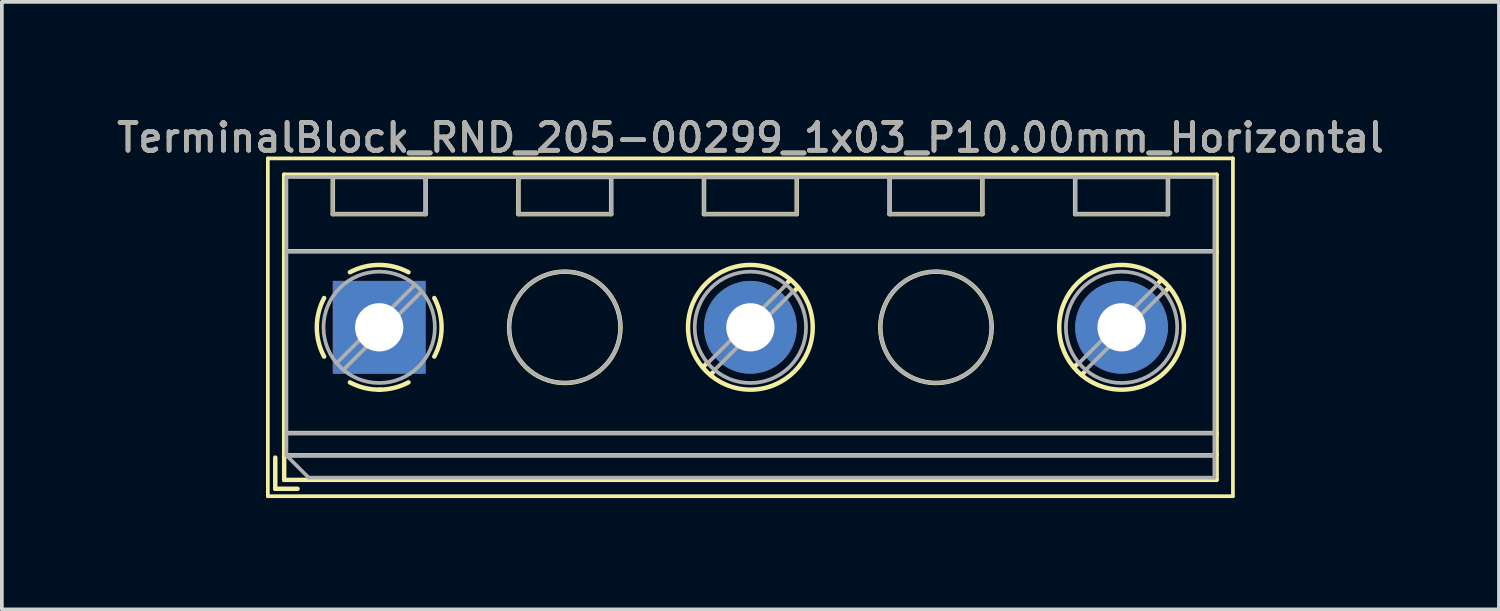
<source format=kicad_pcb>
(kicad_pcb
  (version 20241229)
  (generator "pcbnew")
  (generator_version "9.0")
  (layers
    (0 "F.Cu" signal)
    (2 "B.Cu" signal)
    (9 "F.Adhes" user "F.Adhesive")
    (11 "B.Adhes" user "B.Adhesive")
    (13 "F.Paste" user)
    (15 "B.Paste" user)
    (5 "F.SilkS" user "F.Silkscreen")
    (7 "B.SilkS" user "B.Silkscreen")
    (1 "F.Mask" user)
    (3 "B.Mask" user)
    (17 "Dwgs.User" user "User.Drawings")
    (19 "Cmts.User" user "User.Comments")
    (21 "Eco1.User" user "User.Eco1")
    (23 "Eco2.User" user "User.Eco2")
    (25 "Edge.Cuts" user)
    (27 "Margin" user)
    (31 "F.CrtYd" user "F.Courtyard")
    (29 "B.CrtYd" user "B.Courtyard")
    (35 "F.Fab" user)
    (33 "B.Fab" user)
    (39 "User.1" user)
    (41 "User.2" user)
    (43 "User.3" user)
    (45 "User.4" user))
  (footprint "TerminalBlock_RND_205-00299_1x03_P10.00mm_Horizontal"
    (layer "F.Cu")
    (at 7.166 5.768)
    (property "Reference" "TerminalBlock_RND_205-00299_1x03_P10.00mm_Horizontal" (at 10 -5.11 0) (layer "F.SilkS") (effects (font (size 0.75 0.75) (thickness 0.125))))
    (attr through_hole)
    (fp_line (start -3 -4.55) (end -3 4.55) (stroke (width 0.1) (type solid)) (layer "F.SilkS"))
    (fp_line (start -3 4.55) (end 23 4.55) (stroke (width 0.1) (type solid)) (layer "F.SilkS"))
    (fp_line (start -2.8 3.51) (end -2.8 4.35) (stroke (width 0.12) (type solid)) (layer "F.SilkS"))
    (fp_line (start -2.8 4.35) (end -2.2 4.35) (stroke (width 0.12) (type solid)) (layer "F.SilkS"))
    (fp_line (start -2.56 -4.11) (end -2.56 4.11) (stroke (width 0.12) (type solid)) (layer "F.SilkS"))
    (fp_line (start -2.56 -4.11) (end 22.56 -4.11) (stroke (width 0.12) (type solid)) (layer "F.SilkS"))
    (fp_line (start -2.56 -2.05) (end 22.56 -2.05) (stroke (width 0.12) (type solid)) (layer "F.SilkS"))
    (fp_line (start -2.56 2.85) (end 22.56 2.85) (stroke (width 0.12) (type solid)) (layer "F.SilkS"))
    (fp_line (start -2.56 3.45) (end 22.56 3.45) (stroke (width 0.12) (type solid)) (layer "F.SilkS"))
    (fp_line (start -2.56 4.11) (end 22.56 4.11) (stroke (width 0.12) (type solid)) (layer "F.SilkS"))
    (fp_line (start -1.25 -4.05) (end -1.25 -3.05) (stroke (width 0.12) (type solid)) (layer "F.SilkS"))
    (fp_line (start -1.25 -4.05) (end 1.25 -4.05) (stroke (width 0.12) (type solid)) (layer "F.SilkS"))
    (fp_line (start -1.25 -3.05) (end 1.25 -3.05) (stroke (width 0.12) (type solid)) (layer "F.SilkS"))
    (fp_line (start 1.25 -4.05) (end 1.25 -3.05) (stroke (width 0.12) (type solid)) (layer "F.SilkS"))
    (fp_line (start 3.75 -4.05) (end 3.75 -3.05) (stroke (width 0.12) (type solid)) (layer "F.SilkS"))
    (fp_line (start 3.75 -4.05) (end 6.25 -4.05) (stroke (width 0.12) (type solid)) (layer "F.SilkS"))
    (fp_line (start 3.75 -3.05) (end 6.25 -3.05) (stroke (width 0.12) (type solid)) (layer "F.SilkS"))
    (fp_line (start 6.25 -4.05) (end 6.25 -3.05) (stroke (width 0.12) (type solid)) (layer "F.SilkS"))
    (fp_line (start 8.75 -4.05) (end 8.75 -3.05) (stroke (width 0.12) (type solid)) (layer "F.SilkS"))
    (fp_line (start 8.75 -4.05) (end 11.25 -4.05) (stroke (width 0.12) (type solid)) (layer "F.SilkS"))
    (fp_line (start 8.75 -3.05) (end 11.25 -3.05) (stroke (width 0.12) (type solid)) (layer "F.SilkS"))
    (fp_line (start 8.82 0.976) (end 8.726 1.069) (stroke (width 0.12) (type solid)) (layer "F.SilkS"))
    (fp_line (start 8.99 1.216) (end 8.931 1.274) (stroke (width 0.12) (type solid)) (layer "F.SilkS"))
    (fp_line (start 11.07 -1.275) (end 11.011 -1.216) (stroke (width 0.12) (type solid)) (layer "F.SilkS"))
    (fp_line (start 11.25 -4.05) (end 11.25 -3.05) (stroke (width 0.12) (type solid)) (layer "F.SilkS"))
    (fp_line (start 11.275 -1.069) (end 11.181 -0.976) (stroke (width 0.12) (type solid)) (layer "F.SilkS"))
    (fp_line (start 13.75 -4.05) (end 13.75 -3.05) (stroke (width 0.12) (type solid)) (layer "F.SilkS"))
    (fp_line (start 13.75 -4.05) (end 16.25 -4.05) (stroke (width 0.12) (type solid)) (layer "F.SilkS"))
    (fp_line (start 13.75 -3.05) (end 16.25 -3.05) (stroke (width 0.12) (type solid)) (layer "F.SilkS"))
    (fp_line (start 16.25 -4.05) (end 16.25 -3.05) (stroke (width 0.12) (type solid)) (layer "F.SilkS"))
    (fp_line (start 18.75 -4.05) (end 18.75 -3.05) (stroke (width 0.12) (type solid)) (layer "F.SilkS"))
    (fp_line (start 18.75 -4.05) (end 21.25 -4.05) (stroke (width 0.12) (type solid)) (layer "F.SilkS"))
    (fp_line (start 18.75 -3.05) (end 21.25 -3.05) (stroke (width 0.12) (type solid)) (layer "F.SilkS"))
    (fp_line (start 18.82 0.976) (end 18.726 1.069) (stroke (width 0.12) (type solid)) (layer "F.SilkS"))
    (fp_line (start 18.99 1.216) (end 18.931 1.274) (stroke (width 0.12) (type solid)) (layer "F.SilkS"))
    (fp_line (start 21.07 -1.275) (end 21.011 -1.216) (stroke (width 0.12) (type solid)) (layer "F.SilkS"))
    (fp_line (start 21.25 -4.05) (end 21.25 -3.05) (stroke (width 0.12) (type solid)) (layer "F.SilkS"))
    (fp_line (start 21.275 -1.069) (end 21.181 -0.976) (stroke (width 0.12) (type solid)) (layer "F.SilkS"))
    (fp_line (start 22.56 -4.11) (end 22.56 4.11) (stroke (width 0.12) (type solid)) (layer "F.SilkS"))
    (fp_line (start 23 -4.55) (end -3 -4.55) (stroke (width 0.1) (type solid)) (layer "F.SilkS"))
    (fp_line (start 23 4.55) (end 23 -4.55) (stroke (width 0.1) (type solid)) (layer "F.SilkS"))
    (fp_arc (start -1.483953 0.789089) (mid -1.680708 0.00005) (end -1.484 -0.789) (stroke (width 0.12) (type solid)) (layer "F.SilkS"))
    (fp_arc (start -0.789089 -1.483953) (mid -0.00005 -1.680708) (end 0.789 -1.484) (stroke (width 0.12) (type solid)) (layer "F.SilkS"))
    (fp_arc (start 0.029383 1.68045) (mid -0.392304 1.634281) (end -0.789 1.484) (stroke (width 0.12) (type solid)) (layer "F.SilkS"))
    (fp_arc (start 0.788712 1.483352) (mid 0.406429 1.630097) (end 0 1.68) (stroke (width 0.12) (type solid)) (layer "F.SilkS"))
    (fp_arc (start 1.483953 -0.789089) (mid 1.680708 -0.00005) (end 1.484 0.789) (stroke (width 0.12) (type solid)) (layer "F.SilkS"))
    (fp_circle (center 5 0) (end 6.5 0) (stroke (width 0.12) (type solid)) (fill no) (layer "F.SilkS"))
    (fp_circle (center 10 0) (end 11.68 0) (stroke (width 0.12) (type solid)) (fill no) (layer "F.SilkS"))
    (fp_circle (center 15 0) (end 16.5 0) (stroke (width 0.12) (type solid)) (fill no) (layer "F.SilkS"))
    (fp_circle (center 20 0) (end 21.68 0) (stroke (width 0.12) (type solid)) (fill no) (layer "F.SilkS"))
    (fp_line (start -2.5 -4.05) (end 22.5 -4.05) (stroke (width 0.1) (type solid)) (layer "F.Fab"))
    (fp_line (start -2.5 -2.05) (end 22.5 -2.05) (stroke (width 0.1) (type solid)) (layer "F.Fab"))
    (fp_line (start -2.5 2.85) (end 22.5 2.85) (stroke (width 0.1) (type solid)) (layer "F.Fab"))
    (fp_line (start -2.5 3.45) (end -2.5 -4.05) (stroke (width 0.1) (type solid)) (layer "F.Fab"))
    (fp_line (start -2.5 3.45) (end 22.5 3.45) (stroke (width 0.1) (type solid)) (layer "F.Fab"))
    (fp_line (start -1.9 4.05) (end -2.5 3.45) (stroke (width 0.1) (type solid)) (layer "F.Fab"))
    (fp_line (start -1.25 -4.05) (end -1.25 -3.05) (stroke (width 0.1) (type solid)) (layer "F.Fab"))
    (fp_line (start -1.25 -3.05) (end 1.25 -3.05) (stroke (width 0.1) (type solid)) (layer "F.Fab"))
    (fp_line (start 0.955 -1.138) (end -1.138 0.955) (stroke (width 0.1) (type solid)) (layer "F.Fab"))
    (fp_line (start 1.138 -0.955) (end -0.955 1.138) (stroke (width 0.1) (type solid)) (layer "F.Fab"))
    (fp_line (start 1.25 -4.05) (end -1.25 -4.05) (stroke (width 0.1) (type solid)) (layer "F.Fab"))
    (fp_line (start 1.25 -3.05) (end 1.25 -4.05) (stroke (width 0.1) (type solid)) (layer "F.Fab"))
    (fp_line (start 3.75 -4.05) (end 3.75 -3.05) (stroke (width 0.1) (type solid)) (layer "F.Fab"))
    (fp_line (start 3.75 -3.05) (end 6.25 -3.05) (stroke (width 0.1) (type solid)) (layer "F.Fab"))
    (fp_line (start 6.25 -4.05) (end 3.75 -4.05) (stroke (width 0.1) (type solid)) (layer "F.Fab"))
    (fp_line (start 6.25 -3.05) (end 6.25 -4.05) (stroke (width 0.1) (type solid)) (layer "F.Fab"))
    (fp_line (start 8.75 -4.05) (end 8.75 -3.05) (stroke (width 0.1) (type solid)) (layer "F.Fab"))
    (fp_line (start 8.75 -3.05) (end 11.25 -3.05) (stroke (width 0.1) (type solid)) (layer "F.Fab"))
    (fp_line (start 10.955 -1.138) (end 8.863 0.955) (stroke (width 0.1) (type solid)) (layer "F.Fab"))
    (fp_line (start 11.138 -0.955) (end 9.046 1.138) (stroke (width 0.1) (type solid)) (layer "F.Fab"))
    (fp_line (start 11.25 -4.05) (end 8.75 -4.05) (stroke (width 0.1) (type solid)) (layer "F.Fab"))
    (fp_line (start 11.25 -3.05) (end 11.25 -4.05) (stroke (width 0.1) (type solid)) (layer "F.Fab"))
    (fp_line (start 13.75 -4.05) (end 13.75 -3.05) (stroke (width 0.1) (type solid)) (layer "F.Fab"))
    (fp_line (start 13.75 -3.05) (end 16.25 -3.05) (stroke (width 0.1) (type solid)) (layer "F.Fab"))
    (fp_line (start 16.25 -4.05) (end 13.75 -4.05) (stroke (width 0.1) (type solid)) (layer "F.Fab"))
    (fp_line (start 16.25 -3.05) (end 16.25 -4.05) (stroke (width 0.1) (type solid)) (layer "F.Fab"))
    (fp_line (start 18.75 -4.05) (end 18.75 -3.05) (stroke (width 0.1) (type solid)) (layer "F.Fab"))
    (fp_line (start 18.75 -3.05) (end 21.25 -3.05) (stroke (width 0.1) (type solid)) (layer "F.Fab"))
    (fp_line (start 20.955 -1.138) (end 18.863 0.955) (stroke (width 0.1) (type solid)) (layer "F.Fab"))
    (fp_line (start 21.138 -0.955) (end 19.046 1.138) (stroke (width 0.1) (type solid)) (layer "F.Fab"))
    (fp_line (start 21.25 -4.05) (end 18.75 -4.05) (stroke (width 0.1) (type solid)) (layer "F.Fab"))
    (fp_line (start 21.25 -3.05) (end 21.25 -4.05) (stroke (width 0.1) (type solid)) (layer "F.Fab"))
    (fp_line (start 22.5 -4.05) (end 22.5 4.05) (stroke (width 0.1) (type solid)) (layer "F.Fab"))
    (fp_line (start 22.5 4.05) (end -1.9 4.05) (stroke (width 0.1) (type solid)) (layer "F.Fab"))
    (fp_circle (center 0 0) (end 1.5 0) (stroke (width 0.1) (type solid)) (fill no) (layer "F.Fab"))
    (fp_circle (center 5 0) (end 6.5 0) (stroke (width 0.1) (type solid)) (fill no) (layer "F.Fab"))
    (fp_circle (center 10 0) (end 11.5 0) (stroke (width 0.1) (type solid)) (fill no) (layer "F.Fab"))
    (fp_circle (center 15 0) (end 16.5 0) (stroke (width 0.1) (type solid)) (fill no) (layer "F.Fab"))
    (fp_circle (center 20 0) (end 21.5 0) (stroke (width 0.1) (type solid)) (fill no) (layer "F.Fab"))
    (fp_text user "${REFERENCE}" (at 10 -5.11 0) (layer "F.Fab") (effects (font (size 0.75 0.75) (thickness 0.125))))
    (pad "1" thru_hole rect (at 0 0) (size 2.5 2.5) (drill 1.3) (layers "*.Cu" "*.Mask"))
    (pad "2" thru_hole circle (at 10 0) (size 2.5 2.5) (drill 1.3) (layers "*.Cu" "*.Mask"))
    (pad "3" thru_hole circle (at 20 0) (size 2.5 2.5) (drill 1.3) (layers "*.Cu" "*.Mask")))
  (gr_rect
    (start -3 -3)
    (end 37.332 13.368)
    (stroke (width 0.1) (type default))
    (fill no)
    (layer "Edge.Cuts")))
</source>
